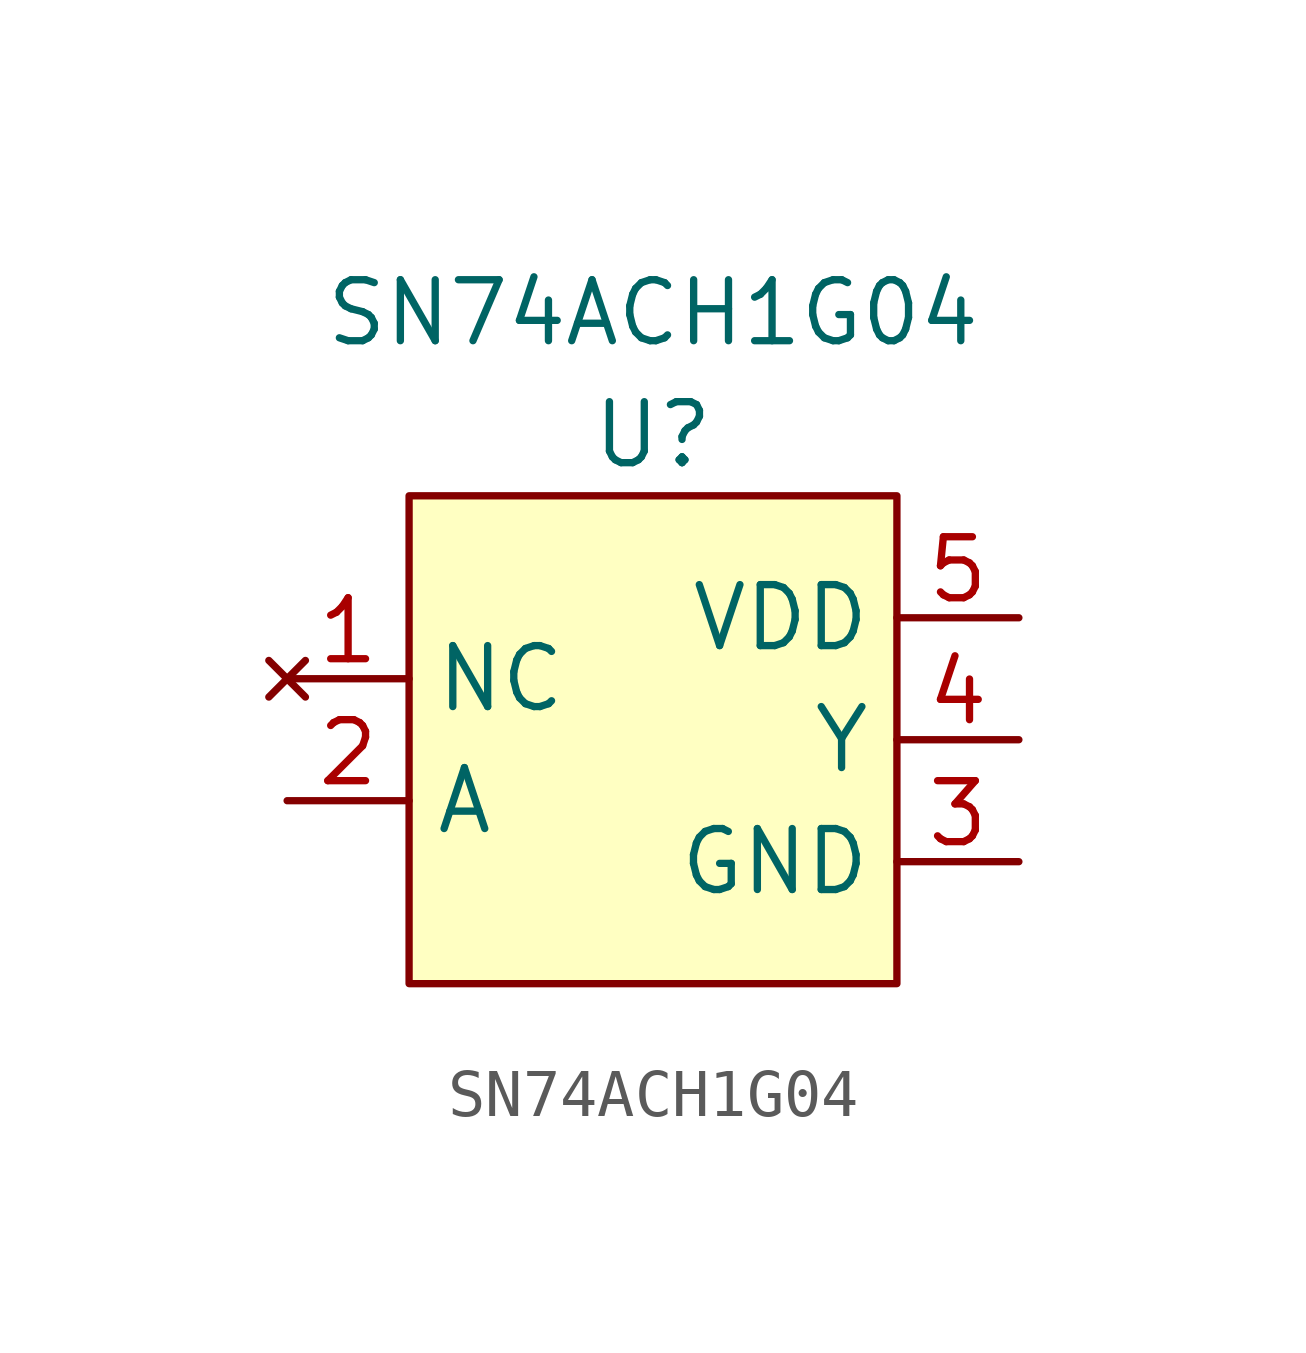
<source format=kicad_sym>
(kicad_symbol_lib
  (version 20211014)
  (generator kicad_symbol_editor)
  (symbol "SN74ACH1G04"
    (property "Reference" "U"
      (at 0 6.35 0)
      (effects (font (size 1.27 1.27))))
    (property "Value" "SN74ACH1G04"
      (at 0 8.89 0)
      (effects (font (size 1.27 1.27))))
    (symbol "SN74ACH1G04_0_1"
      (rectangle (start -5.08 5.08) (end 5.08 -5.08) (stroke (width 0) (type default) (color 0 0 0 0)) (fill (type background))))
    (symbol "SN74ACH1G04_1_1"
      (pin no_connect line (at -7.62 1.27 0) (length 2.54) (name "NC" (effects (font (size 1.27 1.27)))) (number "1" (effects (font (size 1.27 1.27)))))
      (pin passive line (at -7.62 -1.27 0) (length 2.54) (name "A" (effects (font (size 1.27 1.27)))) (number "2" (effects (font (size 1.27 1.27)))))
      (pin passive line (at 7.62 -2.54 180) (length 2.54) (name "GND" (effects (font (size 1.27 1.27)))) (number "3" (effects (font (size 1.27 1.27)))))
      (pin passive line (at 7.62 0 180) (length 2.54) (name "Y" (effects (font (size 1.27 1.27)))) (number "4" (effects (font (size 1.27 1.27)))))
      (pin passive line (at 7.62 2.54 180) (length 2.54) (name "VDD" (effects (font (size 1.27 1.27)))) (number "5" (effects (font (size 1.27 1.27))))))))
</source>
